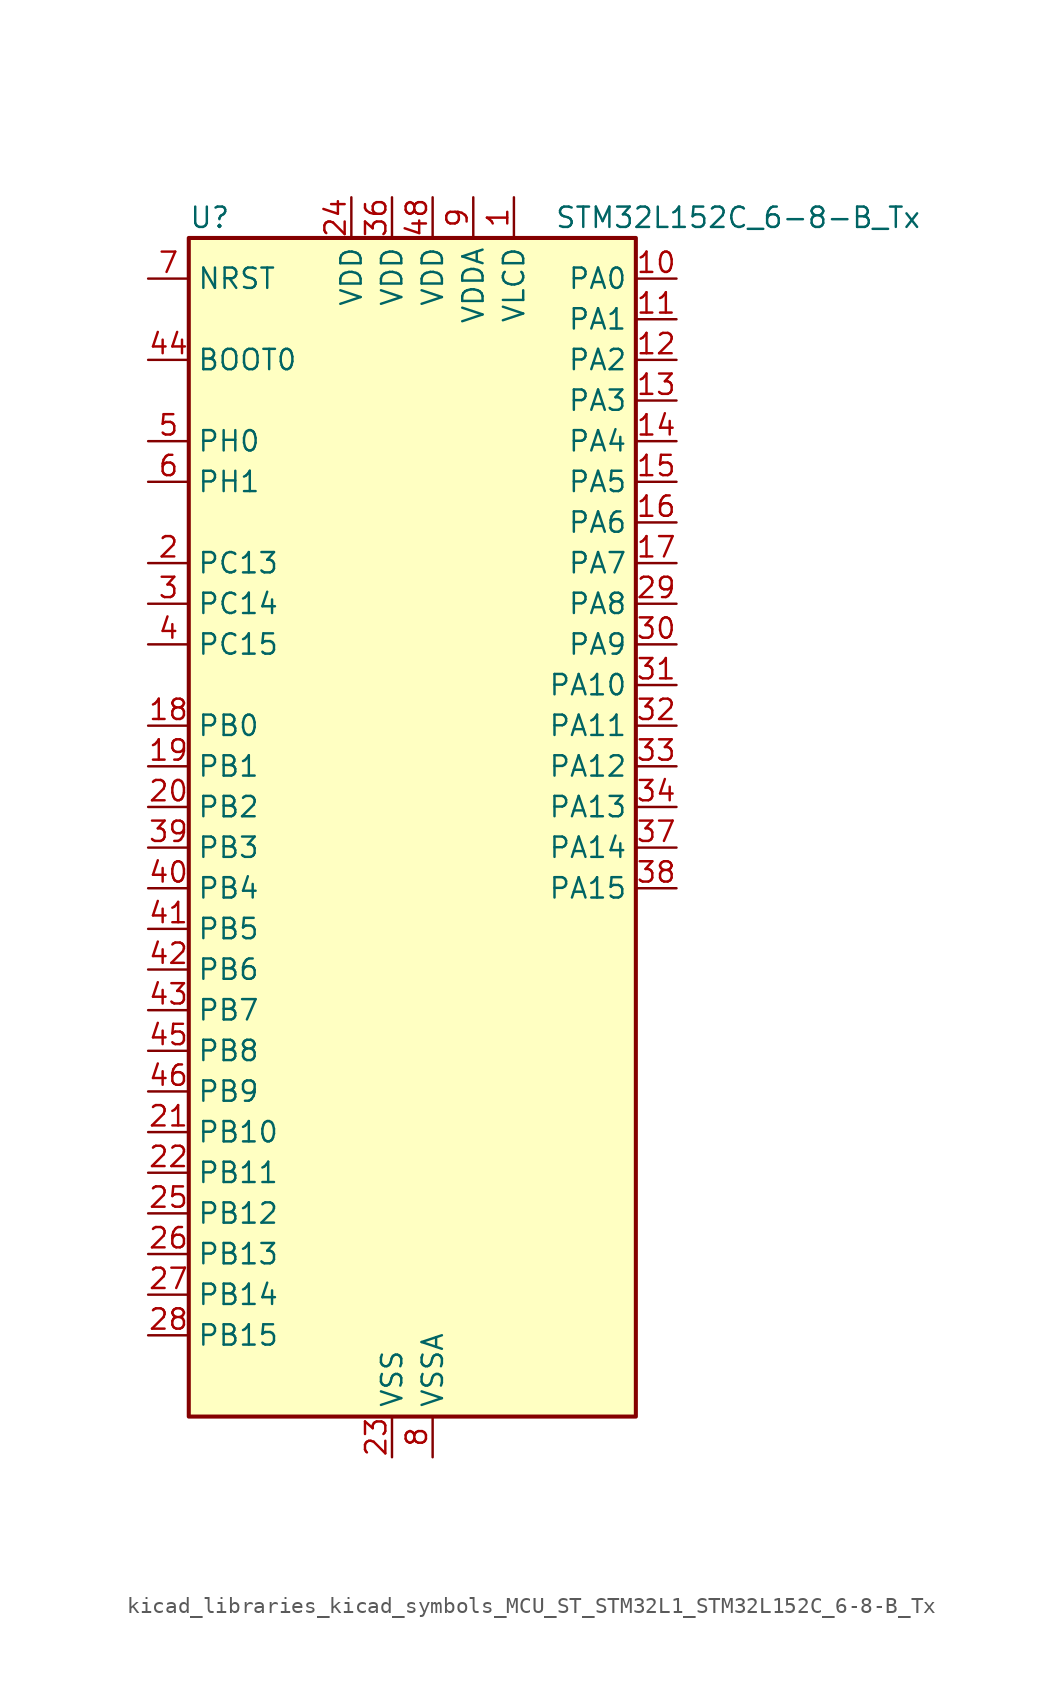
<source format=kicad_sym>
(kicad_symbol_lib
  (version 20220914)
  (generator kicad_symbol_editor)
  (symbol "kicad_libraries_kicad_symbols_MCU_ST_STM32L1_STM32L152C_6-8-B_Tx"
    (property "Reference" "U"
      (at -12.7 39.37 0)
      (effects (font (size 1.27 1.27)) (justify left)))
    (property "Value" "STM32L152C_6-8-B_Tx"
      (at 10.16 39.37 0)
      (effects (font (size 1.27 1.27)) (justify left)))
    (property "ki_locked" ""
      (at 0 0 0)
      (effects (font (size 1.27 1.27))))
    (symbol "kicad_libraries_kicad_symbols_MCU_ST_STM32L1_STM32L152C_6-8-B_Tx_0_1"
      (rectangle (start -12.7 -35.56) (end 15.24 38.1) (stroke (width 0.254) (type default)) (fill (type background))))
    (symbol "kicad_libraries_kicad_symbols_MCU_ST_STM32L1_STM32L152C_6-8-B_Tx_1_1"
      (pin power_in line (at 7.62 40.64 270) (length 2.54) (name "VLCD" (effects (font (size 1.27 1.27)))) (number "1" (effects (font (size 1.27 1.27)))))
      (pin bidirectional line (at 17.78 35.56 180) (length 2.54) (name "PA0" (effects (font (size 1.27 1.27)))) (number "10" (effects (font (size 1.27 1.27)))) (alternate "ADC_IN0" bidirectional line) (alternate "COMP1_INP" bidirectional line) (alternate "SYS_WKUP1" bidirectional line) (alternate "TIM2_CH1" bidirectional line) (alternate "TIM2_ETR" bidirectional line) (alternate "TIMX_IC1" bidirectional line) (alternate "TS_G1_IO1" bidirectional line) (alternate "USART2_CTS" bidirectional line))
      (pin bidirectional line (at 17.78 33.02 180) (length 2.54) (name "PA1" (effects (font (size 1.27 1.27)))) (number "11" (effects (font (size 1.27 1.27)))) (alternate "ADC_IN1" bidirectional line) (alternate "COMP1_INP" bidirectional line) (alternate "LCD_SEG0" bidirectional line) (alternate "TIM2_CH2" bidirectional line) (alternate "TIMX_IC2" bidirectional line) (alternate "TS_G1_IO2" bidirectional line) (alternate "USART2_RTS" bidirectional line))
      (pin bidirectional line (at 17.78 30.48 180) (length 2.54) (name "PA2" (effects (font (size 1.27 1.27)))) (number "12" (effects (font (size 1.27 1.27)))) (alternate "ADC_IN2" bidirectional line) (alternate "COMP1_INP" bidirectional line) (alternate "LCD_SEG1" bidirectional line) (alternate "TIM2_CH3" bidirectional line) (alternate "TIM9_CH1" bidirectional line) (alternate "TIMX_IC3" bidirectional line) (alternate "TS_G1_IO3" bidirectional line) (alternate "USART2_TX" bidirectional line))
      (pin bidirectional line (at 17.78 27.94 180) (length 2.54) (name "PA3" (effects (font (size 1.27 1.27)))) (number "13" (effects (font (size 1.27 1.27)))) (alternate "ADC_IN3" bidirectional line) (alternate "COMP1_INP" bidirectional line) (alternate "LCD_SEG2" bidirectional line) (alternate "TIM2_CH4" bidirectional line) (alternate "TIM9_CH2" bidirectional line) (alternate "TIMX_IC4" bidirectional line) (alternate "TS_G1_IO4" bidirectional line) (alternate "USART2_RX" bidirectional line))
      (pin bidirectional line (at 17.78 25.4 180) (length 2.54) (name "PA4" (effects (font (size 1.27 1.27)))) (number "14" (effects (font (size 1.27 1.27)))) (alternate "ADC_IN4" bidirectional line) (alternate "COMP1_INP" bidirectional line) (alternate "DAC_OUT1" bidirectional line) (alternate "SPI1_NSS" bidirectional line) (alternate "TIMX_IC1" bidirectional line) (alternate "USART2_CK" bidirectional line))
      (pin bidirectional line (at 17.78 22.86 180) (length 2.54) (name "PA5" (effects (font (size 1.27 1.27)))) (number "15" (effects (font (size 1.27 1.27)))) (alternate "ADC_IN5" bidirectional line) (alternate "COMP1_INP" bidirectional line) (alternate "DAC_OUT2" bidirectional line) (alternate "SPI1_SCK" bidirectional line) (alternate "TIM2_CH1" bidirectional line) (alternate "TIM2_ETR" bidirectional line) (alternate "TIMX_IC2" bidirectional line))
      (pin bidirectional line (at 17.78 20.32 180) (length 2.54) (name "PA6" (effects (font (size 1.27 1.27)))) (number "16" (effects (font (size 1.27 1.27)))) (alternate "ADC_IN6" bidirectional line) (alternate "COMP1_INP" bidirectional line) (alternate "LCD_SEG3" bidirectional line) (alternate "SPI1_MISO" bidirectional line) (alternate "TIM10_CH1" bidirectional line) (alternate "TIM3_CH1" bidirectional line) (alternate "TIMX_IC3" bidirectional line) (alternate "TS_G2_IO1" bidirectional line))
      (pin bidirectional line (at 17.78 17.78 180) (length 2.54) (name "PA7" (effects (font (size 1.27 1.27)))) (number "17" (effects (font (size 1.27 1.27)))) (alternate "ADC_IN7" bidirectional line) (alternate "COMP1_INP" bidirectional line) (alternate "LCD_SEG4" bidirectional line) (alternate "SPI1_MOSI" bidirectional line) (alternate "TIM11_CH1" bidirectional line) (alternate "TIM3_CH2" bidirectional line) (alternate "TIMX_IC4" bidirectional line) (alternate "TS_G2_IO2" bidirectional line))
      (pin bidirectional line (at -15.24 7.62 0) (length 2.54) (name "PB0" (effects (font (size 1.27 1.27)))) (number "18" (effects (font (size 1.27 1.27)))) (alternate "ADC_IN8" bidirectional line) (alternate "COMP1_INP" bidirectional line) (alternate "LCD_SEG5" bidirectional line) (alternate "SYS_V_REF_OUT" bidirectional line) (alternate "TIM3_CH3" bidirectional line) (alternate "TS_G3_IO1" bidirectional line))
      (pin bidirectional line (at -15.24 5.08 0) (length 2.54) (name "PB1" (effects (font (size 1.27 1.27)))) (number "19" (effects (font (size 1.27 1.27)))) (alternate "ADC_IN9" bidirectional line) (alternate "COMP1_INP" bidirectional line) (alternate "LCD_SEG6" bidirectional line) (alternate "SYS_V_REF_OUT" bidirectional line) (alternate "TIM3_CH4" bidirectional line) (alternate "TS_G3_IO2" bidirectional line))
      (pin bidirectional line (at -15.24 17.78 0) (length 2.54) (name "PC13" (effects (font (size 1.27 1.27)))) (number "2" (effects (font (size 1.27 1.27)))) (alternate "RTC_OUT_ALARM" bidirectional line) (alternate "RTC_OUT_CALIB" bidirectional line) (alternate "RTC_TAMP1" bidirectional line) (alternate "RTC_TS" bidirectional line) (alternate "SYS_WKUP2" bidirectional line) (alternate "TIMX_IC2" bidirectional line))
      (pin bidirectional line (at -15.24 2.54 0) (length 2.54) (name "PB2" (effects (font (size 1.27 1.27)))) (number "20" (effects (font (size 1.27 1.27)))))
      (pin bidirectional line (at -15.24 -17.78 0) (length 2.54) (name "PB10" (effects (font (size 1.27 1.27)))) (number "21" (effects (font (size 1.27 1.27)))) (alternate "I2C2_SCL" bidirectional line) (alternate "LCD_SEG10" bidirectional line) (alternate "TIM2_CH3" bidirectional line) (alternate "USART3_TX" bidirectional line))
      (pin bidirectional line (at -15.24 -20.32 0) (length 2.54) (name "PB11" (effects (font (size 1.27 1.27)))) (number "22" (effects (font (size 1.27 1.27)))) (alternate "ADC_EXTI11" bidirectional line) (alternate "I2C2_SDA" bidirectional line) (alternate "LCD_SEG11" bidirectional line) (alternate "TIM2_CH4" bidirectional line) (alternate "USART3_RX" bidirectional line))
      (pin power_in line (at 0 -38.1 90) (length 2.54) (name "VSS" (effects (font (size 1.27 1.27)))) (number "23" (effects (font (size 1.27 1.27)))))
      (pin power_in line (at -2.54 40.64 270) (length 2.54) (name "VDD" (effects (font (size 1.27 1.27)))) (number "24" (effects (font (size 1.27 1.27)))))
      (pin bidirectional line (at -15.24 -22.86 0) (length 2.54) (name "PB12" (effects (font (size 1.27 1.27)))) (number "25" (effects (font (size 1.27 1.27)))) (alternate "ADC_IN18" bidirectional line) (alternate "COMP1_INP" bidirectional line) (alternate "I2C2_SMBA" bidirectional line) (alternate "LCD_SEG12" bidirectional line) (alternate "SPI2_NSS" bidirectional line) (alternate "TIM10_CH1" bidirectional line) (alternate "TS_G7_IO1" bidirectional line) (alternate "USART3_CK" bidirectional line))
      (pin bidirectional line (at -15.24 -25.4 0) (length 2.54) (name "PB13" (effects (font (size 1.27 1.27)))) (number "26" (effects (font (size 1.27 1.27)))) (alternate "ADC_IN19" bidirectional line) (alternate "COMP1_INP" bidirectional line) (alternate "LCD_SEG13" bidirectional line) (alternate "SPI2_SCK" bidirectional line) (alternate "TIM9_CH1" bidirectional line) (alternate "TS_G7_IO2" bidirectional line) (alternate "USART3_CTS" bidirectional line))
      (pin bidirectional line (at -15.24 -27.94 0) (length 2.54) (name "PB14" (effects (font (size 1.27 1.27)))) (number "27" (effects (font (size 1.27 1.27)))) (alternate "ADC_IN20" bidirectional line) (alternate "COMP1_INP" bidirectional line) (alternate "LCD_SEG14" bidirectional line) (alternate "SPI2_MISO" bidirectional line) (alternate "TIM9_CH2" bidirectional line) (alternate "TS_G7_IO3" bidirectional line) (alternate "USART3_RTS" bidirectional line))
      (pin bidirectional line (at -15.24 -30.48 0) (length 2.54) (name "PB15" (effects (font (size 1.27 1.27)))) (number "28" (effects (font (size 1.27 1.27)))) (alternate "ADC_EXTI15" bidirectional line) (alternate "ADC_IN21" bidirectional line) (alternate "COMP1_INP" bidirectional line) (alternate "LCD_SEG15" bidirectional line) (alternate "RTC_REFIN" bidirectional line) (alternate "SPI2_MOSI" bidirectional line) (alternate "TIM11_CH1" bidirectional line) (alternate "TS_G7_IO4" bidirectional line))
      (pin bidirectional line (at 17.78 15.24 180) (length 2.54) (name "PA8" (effects (font (size 1.27 1.27)))) (number "29" (effects (font (size 1.27 1.27)))) (alternate "LCD_COM0" bidirectional line) (alternate "RCC_MCO" bidirectional line) (alternate "TIMX_IC1" bidirectional line) (alternate "TS_G4_IO1" bidirectional line) (alternate "USART1_CK" bidirectional line))
      (pin bidirectional line (at -15.24 15.24 0) (length 2.54) (name "PC14" (effects (font (size 1.27 1.27)))) (number "3" (effects (font (size 1.27 1.27)))) (alternate "RCC_OSC32_IN" bidirectional line) (alternate "TIMX_IC3" bidirectional line))
      (pin bidirectional line (at 17.78 12.7 180) (length 2.54) (name "PA9" (effects (font (size 1.27 1.27)))) (number "30" (effects (font (size 1.27 1.27)))) (alternate "DAC_EXTI9" bidirectional line) (alternate "LCD_COM1" bidirectional line) (alternate "TIMX_IC2" bidirectional line) (alternate "TS_G4_IO2" bidirectional line) (alternate "USART1_TX" bidirectional line))
      (pin bidirectional line (at 17.78 10.16 180) (length 2.54) (name "PA10" (effects (font (size 1.27 1.27)))) (number "31" (effects (font (size 1.27 1.27)))) (alternate "LCD_COM2" bidirectional line) (alternate "TIMX_IC3" bidirectional line) (alternate "TS_G4_IO3" bidirectional line) (alternate "USART1_RX" bidirectional line))
      (pin bidirectional line (at 17.78 7.62 180) (length 2.54) (name "PA11" (effects (font (size 1.27 1.27)))) (number "32" (effects (font (size 1.27 1.27)))) (alternate "ADC_EXTI11" bidirectional line) (alternate "SPI1_MISO" bidirectional line) (alternate "TIMX_IC4" bidirectional line) (alternate "USART1_CTS" bidirectional line) (alternate "USB_DM" bidirectional line))
      (pin bidirectional line (at 17.78 5.08 180) (length 2.54) (name "PA12" (effects (font (size 1.27 1.27)))) (number "33" (effects (font (size 1.27 1.27)))) (alternate "SPI1_MOSI" bidirectional line) (alternate "TIMX_IC1" bidirectional line) (alternate "USART1_RTS" bidirectional line) (alternate "USB_DP" bidirectional line))
      (pin bidirectional line (at 17.78 2.54 180) (length 2.54) (name "PA13" (effects (font (size 1.27 1.27)))) (number "34" (effects (font (size 1.27 1.27)))) (alternate "SYS_JTMS-SWDIO" bidirectional line) (alternate "TIMX_IC2" bidirectional line) (alternate "TS_G5_IO1" bidirectional line))
      (pin passive line (at 0 -38.1 90) (length 2.54) hide (name "VSS" (effects (font (size 1.27 1.27)))) (number "35" (effects (font (size 1.27 1.27)))))
      (pin power_in line (at 0 40.64 270) (length 2.54) (name "VDD" (effects (font (size 1.27 1.27)))) (number "36" (effects (font (size 1.27 1.27)))))
      (pin bidirectional line (at 17.78 0 180) (length 2.54) (name "PA14" (effects (font (size 1.27 1.27)))) (number "37" (effects (font (size 1.27 1.27)))) (alternate "SYS_JTCK-SWCLK" bidirectional line) (alternate "TIMX_IC3" bidirectional line) (alternate "TS_G5_IO2" bidirectional line))
      (pin bidirectional line (at 17.78 -2.54 180) (length 2.54) (name "PA15" (effects (font (size 1.27 1.27)))) (number "38" (effects (font (size 1.27 1.27)))) (alternate "ADC_EXTI15" bidirectional line) (alternate "LCD_SEG17" bidirectional line) (alternate "SPI1_NSS" bidirectional line) (alternate "SYS_JTDI" bidirectional line) (alternate "TIM2_CH1" bidirectional line) (alternate "TIM2_ETR" bidirectional line) (alternate "TIMX_IC4" bidirectional line) (alternate "TS_G5_IO3" bidirectional line))
      (pin bidirectional line (at -15.24 0 0) (length 2.54) (name "PB3" (effects (font (size 1.27 1.27)))) (number "39" (effects (font (size 1.27 1.27)))) (alternate "COMP2_INM" bidirectional line) (alternate "LCD_SEG7" bidirectional line) (alternate "SPI1_SCK" bidirectional line) (alternate "SYS_JTDO-TRACESWO" bidirectional line) (alternate "TIM2_CH2" bidirectional line))
      (pin bidirectional line (at -15.24 12.7 0) (length 2.54) (name "PC15" (effects (font (size 1.27 1.27)))) (number "4" (effects (font (size 1.27 1.27)))) (alternate "ADC_EXTI15" bidirectional line) (alternate "RCC_OSC32_OUT" bidirectional line) (alternate "TIMX_IC4" bidirectional line))
      (pin bidirectional line (at -15.24 -2.54 0) (length 2.54) (name "PB4" (effects (font (size 1.27 1.27)))) (number "40" (effects (font (size 1.27 1.27)))) (alternate "COMP2_INP" bidirectional line) (alternate "LCD_SEG8" bidirectional line) (alternate "SPI1_MISO" bidirectional line) (alternate "SYS_JTRST" bidirectional line) (alternate "TIM3_CH1" bidirectional line) (alternate "TS_G6_IO1" bidirectional line))
      (pin bidirectional line (at -15.24 -5.08 0) (length 2.54) (name "PB5" (effects (font (size 1.27 1.27)))) (number "41" (effects (font (size 1.27 1.27)))) (alternate "COMP2_INP" bidirectional line) (alternate "I2C1_SMBA" bidirectional line) (alternate "LCD_SEG9" bidirectional line) (alternate "SPI1_MOSI" bidirectional line) (alternate "TIM3_CH2" bidirectional line) (alternate "TS_G6_IO2" bidirectional line))
      (pin bidirectional line (at -15.24 -7.62 0) (length 2.54) (name "PB6" (effects (font (size 1.27 1.27)))) (number "42" (effects (font (size 1.27 1.27)))) (alternate "I2C1_SCL" bidirectional line) (alternate "TIM4_CH1" bidirectional line) (alternate "USART1_TX" bidirectional line))
      (pin bidirectional line (at -15.24 -10.16 0) (length 2.54) (name "PB7" (effects (font (size 1.27 1.27)))) (number "43" (effects (font (size 1.27 1.27)))) (alternate "I2C1_SDA" bidirectional line) (alternate "SYS_PVD_IN" bidirectional line) (alternate "TIM4_CH2" bidirectional line) (alternate "USART1_RX" bidirectional line))
      (pin input line (at -15.24 30.48 0) (length 2.54) (name "BOOT0" (effects (font (size 1.27 1.27)))) (number "44" (effects (font (size 1.27 1.27)))))
      (pin bidirectional line (at -15.24 -12.7 0) (length 2.54) (name "PB8" (effects (font (size 1.27 1.27)))) (number "45" (effects (font (size 1.27 1.27)))) (alternate "I2C1_SCL" bidirectional line) (alternate "LCD_SEG16" bidirectional line) (alternate "TIM10_CH1" bidirectional line) (alternate "TIM4_CH3" bidirectional line))
      (pin bidirectional line (at -15.24 -15.24 0) (length 2.54) (name "PB9" (effects (font (size 1.27 1.27)))) (number "46" (effects (font (size 1.27 1.27)))) (alternate "DAC_EXTI9" bidirectional line) (alternate "I2C1_SDA" bidirectional line) (alternate "LCD_COM3" bidirectional line) (alternate "TIM11_CH1" bidirectional line) (alternate "TIM4_CH4" bidirectional line))
      (pin passive line (at 0 -38.1 90) (length 2.54) hide (name "VSS" (effects (font (size 1.27 1.27)))) (number "47" (effects (font (size 1.27 1.27)))))
      (pin power_in line (at 2.54 40.64 270) (length 2.54) (name "VDD" (effects (font (size 1.27 1.27)))) (number "48" (effects (font (size 1.27 1.27)))))
      (pin bidirectional line (at -15.24 25.4 0) (length 2.54) (name "PH0" (effects (font (size 1.27 1.27)))) (number "5" (effects (font (size 1.27 1.27)))) (alternate "RCC_OSC_IN" bidirectional line))
      (pin bidirectional line (at -15.24 22.86 0) (length 2.54) (name "PH1" (effects (font (size 1.27 1.27)))) (number "6" (effects (font (size 1.27 1.27)))) (alternate "RCC_OSC_OUT" bidirectional line))
      (pin input line (at -15.24 35.56 0) (length 2.54) (name "NRST" (effects (font (size 1.27 1.27)))) (number "7" (effects (font (size 1.27 1.27)))))
      (pin power_in line (at 2.54 -38.1 90) (length 2.54) (name "VSSA" (effects (font (size 1.27 1.27)))) (number "8" (effects (font (size 1.27 1.27)))))
      (pin power_in line (at 5.08 40.64 270) (length 2.54) (name "VDDA" (effects (font (size 1.27 1.27)))) (number "9" (effects (font (size 1.27 1.27))))))))
</source>
